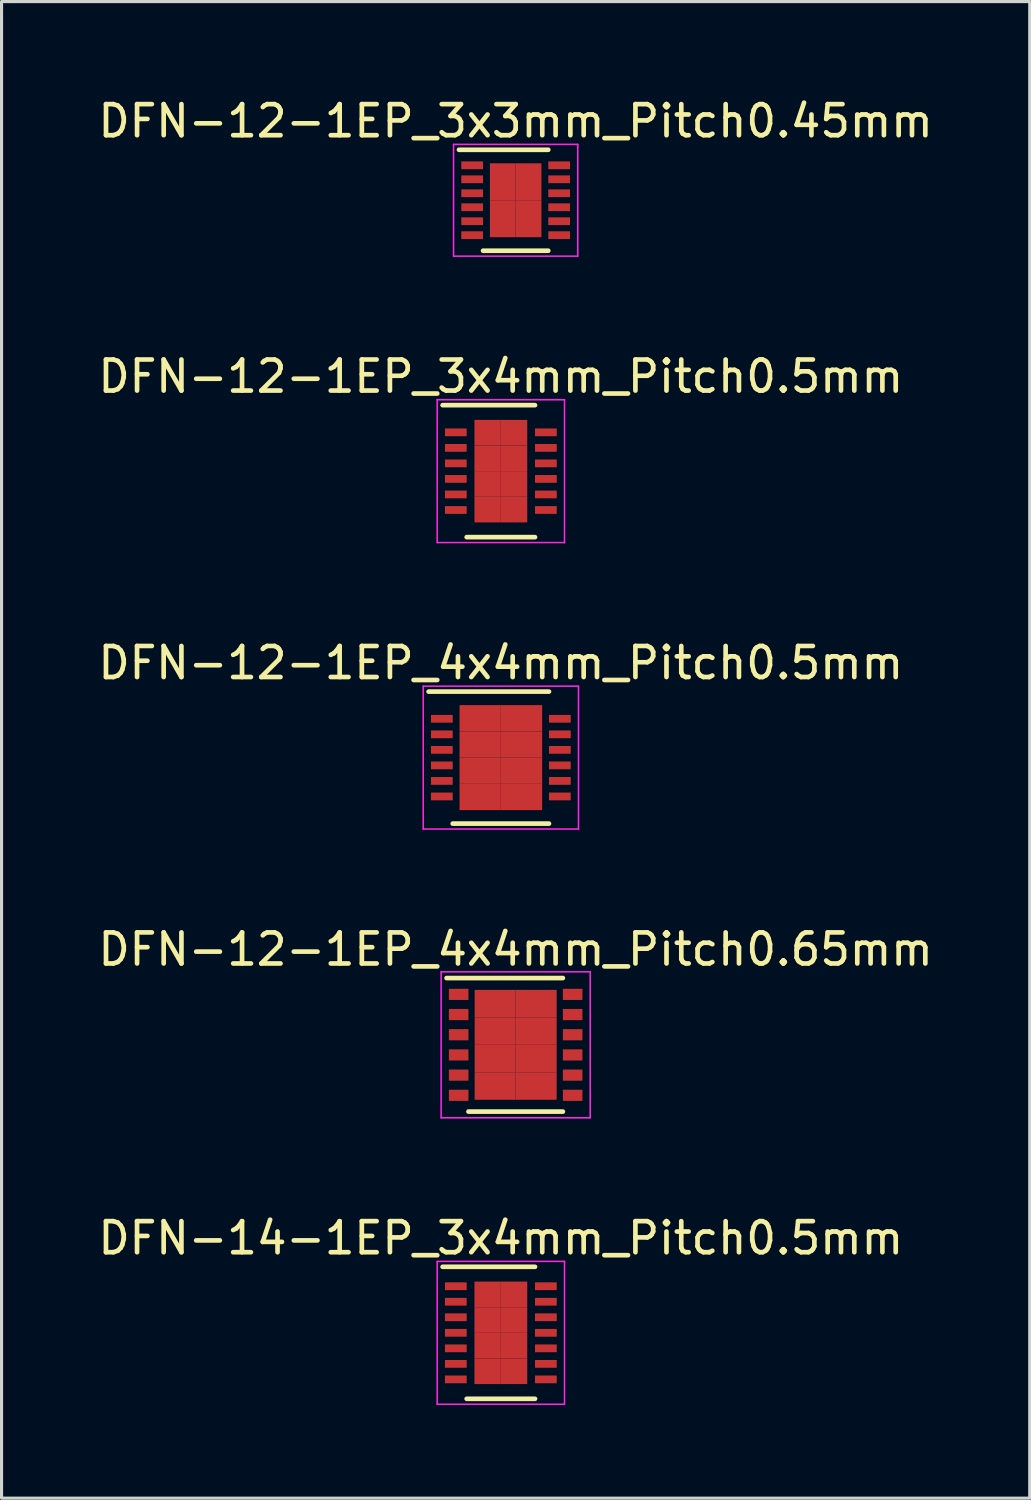
<source format=kicad_pcb>
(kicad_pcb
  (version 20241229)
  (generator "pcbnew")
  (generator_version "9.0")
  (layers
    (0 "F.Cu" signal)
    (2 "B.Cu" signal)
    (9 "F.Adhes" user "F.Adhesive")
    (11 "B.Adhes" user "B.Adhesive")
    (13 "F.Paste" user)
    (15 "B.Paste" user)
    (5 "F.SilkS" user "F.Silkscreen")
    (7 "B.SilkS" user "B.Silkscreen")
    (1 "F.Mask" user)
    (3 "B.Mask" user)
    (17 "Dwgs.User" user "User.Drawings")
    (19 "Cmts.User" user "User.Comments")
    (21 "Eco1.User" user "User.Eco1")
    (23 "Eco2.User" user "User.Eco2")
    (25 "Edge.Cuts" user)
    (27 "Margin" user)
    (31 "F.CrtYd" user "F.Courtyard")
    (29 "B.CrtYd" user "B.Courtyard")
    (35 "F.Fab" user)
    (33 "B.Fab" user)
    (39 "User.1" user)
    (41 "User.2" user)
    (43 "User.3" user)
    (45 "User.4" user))
  (footprint "DFN-12-1EP_3x3mm_Pitch0.45mm"
    (layer "F.Cu")
    (at 13.554 3.398)
    (property "Reference" "DFN-12-1EP_3x3mm_Pitch0.45mm" (at 0 -2.55 0) (layer "F.SilkS") (effects (font (size 1 1) (thickness 0.15))))
    (attr smd)
    (fp_line (start -1.825 -1.625) (end 1.05 -1.625) (stroke (width 0.15) (type solid)) (layer "F.SilkS"))
    (fp_line (start -1.05 1.625) (end 1.05 1.625) (stroke (width 0.15) (type solid)) (layer "F.SilkS"))
    (fp_line (start -2 -1.8) (end -2 1.8) (stroke (width 0.05) (type solid)) (layer "F.CrtYd"))
    (fp_line (start -2 -1.8) (end 2 -1.8) (stroke (width 0.05) (type solid)) (layer "F.CrtYd"))
    (fp_line (start -2 1.8) (end 2 1.8) (stroke (width 0.05) (type solid)) (layer "F.CrtYd"))
    (fp_line (start 2 -1.8) (end 2 1.8) (stroke (width 0.05) (type solid)) (layer "F.CrtYd"))
    (pad "1" smd rect (at -1.4 -1.125) (size 0.7 0.25) (layers "F.Cu" "F.Mask" "F.Paste"))
    (pad "2" smd rect (at -1.4 -0.675) (size 0.7 0.25) (layers "F.Cu" "F.Mask" "F.Paste"))
    (pad "3" smd rect (at -1.4 -0.225) (size 0.7 0.25) (layers "F.Cu" "F.Mask" "F.Paste"))
    (pad "4" smd rect (at -1.4 0.225) (size 0.7 0.25) (layers "F.Cu" "F.Mask" "F.Paste"))
    (pad "5" smd rect (at -1.4 0.675) (size 0.7 0.25) (layers "F.Cu" "F.Mask" "F.Paste"))
    (pad "6" smd rect (at -1.4 1.125) (size 0.7 0.25) (layers "F.Cu" "F.Mask" "F.Paste"))
    (pad "7" smd rect (at 1.4 1.125) (size 0.7 0.25) (layers "F.Cu" "F.Mask" "F.Paste"))
    (pad "8" smd rect (at 1.4 0.675) (size 0.7 0.25) (layers "F.Cu" "F.Mask" "F.Paste"))
    (pad "9" smd rect (at 1.4 0.225) (size 0.7 0.25) (layers "F.Cu" "F.Mask" "F.Paste"))
    (pad "10" smd rect (at 1.4 -0.225) (size 0.7 0.25) (layers "F.Cu" "F.Mask" "F.Paste"))
    (pad "11" smd rect (at 1.4 -0.675) (size 0.7 0.25) (layers "F.Cu" "F.Mask" "F.Paste"))
    (pad "12" smd rect (at 1.4 -1.125) (size 0.7 0.25) (layers "F.Cu" "F.Mask" "F.Paste"))
    (pad "13" smd rect (at -0.415 -0.595) (size 0.83 1.19) (layers "F.Cu" "F.Mask" "F.Paste"))
    (pad "13" smd rect (at -0.415 0.595) (size 0.83 1.19) (layers "F.Cu" "F.Mask" "F.Paste"))
    (pad "13" smd rect (at 0.415 -0.595) (size 0.83 1.19) (layers "F.Cu" "F.Mask" "F.Paste"))
    (pad "13" smd rect (at 0.415 0.595) (size 0.83 1.19) (layers "F.Cu" "F.Mask" "F.Paste")))
  (footprint "DFN-12-1EP_4x4mm_Pitch0.5mm"
    (layer "F.Cu")
    (at 13.077 21.345)
    (property "Reference" "DFN-12-1EP_4x4mm_Pitch0.5mm" (at 0 -3.05 0) (layer "F.SilkS") (effects (font (size 1 1) (thickness 0.15))))
    (attr smd)
    (fp_line (start -2.325 -2.125) (end 1.55 -2.125) (stroke (width 0.15) (type solid)) (layer "F.SilkS"))
    (fp_line (start -1.55 2.125) (end 1.55 2.125) (stroke (width 0.15) (type solid)) (layer "F.SilkS"))
    (fp_line (start -2.5 -2.3) (end -2.5 2.3) (stroke (width 0.05) (type solid)) (layer "F.CrtYd"))
    (fp_line (start -2.5 -2.3) (end 2.5 -2.3) (stroke (width 0.05) (type solid)) (layer "F.CrtYd"))
    (fp_line (start -2.5 2.3) (end 2.5 2.3) (stroke (width 0.05) (type solid)) (layer "F.CrtYd"))
    (fp_line (start 2.5 -2.3) (end 2.5 2.3) (stroke (width 0.05) (type solid)) (layer "F.CrtYd"))
    (pad "1" smd rect (at -1.9 -1.25) (size 0.7 0.25) (layers "F.Cu" "F.Mask" "F.Paste"))
    (pad "2" smd rect (at -1.9 -0.75) (size 0.7 0.25) (layers "F.Cu" "F.Mask" "F.Paste"))
    (pad "3" smd rect (at -1.9 -0.25) (size 0.7 0.25) (layers "F.Cu" "F.Mask" "F.Paste"))
    (pad "4" smd rect (at -1.9 0.25) (size 0.7 0.25) (layers "F.Cu" "F.Mask" "F.Paste"))
    (pad "5" smd rect (at -1.9 0.75) (size 0.7 0.25) (layers "F.Cu" "F.Mask" "F.Paste"))
    (pad "6" smd rect (at -1.9 1.25) (size 0.7 0.25) (layers "F.Cu" "F.Mask" "F.Paste"))
    (pad "7" smd rect (at 1.9 1.25) (size 0.7 0.25) (layers "F.Cu" "F.Mask" "F.Paste"))
    (pad "8" smd rect (at 1.9 0.75) (size 0.7 0.25) (layers "F.Cu" "F.Mask" "F.Paste"))
    (pad "9" smd rect (at 1.9 0.25) (size 0.7 0.25) (layers "F.Cu" "F.Mask" "F.Paste"))
    (pad "10" smd rect (at 1.9 -0.25) (size 0.7 0.25) (layers "F.Cu" "F.Mask" "F.Paste"))
    (pad "11" smd rect (at 1.9 -0.75) (size 0.7 0.25) (layers "F.Cu" "F.Mask" "F.Paste"))
    (pad "12" smd rect (at 1.9 -1.25) (size 0.7 0.25) (layers "F.Cu" "F.Mask" "F.Paste"))
    (pad "13" smd rect (at -0.665 -1.268) (size 1.33 0.845) (layers "F.Cu" "F.Mask" "F.Paste"))
    (pad "13" smd rect (at -0.665 -0.422) (size 1.33 0.845) (layers "F.Cu" "F.Mask" "F.Paste"))
    (pad "13" smd rect (at -0.665 0.422) (size 1.33 0.845) (layers "F.Cu" "F.Mask" "F.Paste"))
    (pad "13" smd rect (at -0.665 1.268) (size 1.33 0.845) (layers "F.Cu" "F.Mask" "F.Paste"))
    (pad "13" smd rect (at 0.665 -1.268) (size 1.33 0.845) (layers "F.Cu" "F.Mask" "F.Paste"))
    (pad "13" smd rect (at 0.665 -0.422) (size 1.33 0.845) (layers "F.Cu" "F.Mask" "F.Paste"))
    (pad "13" smd rect (at 0.665 0.422) (size 1.33 0.845) (layers "F.Cu" "F.Mask" "F.Paste"))
    (pad "13" smd rect (at 0.665 1.268) (size 1.33 0.845) (layers "F.Cu" "F.Mask" "F.Paste")))
  (footprint "DFN-12-1EP_3x4mm_Pitch0.5mm"
    (layer "F.Cu")
    (at 13.077 12.121)
    (property "Reference" "DFN-12-1EP_3x4mm_Pitch0.5mm" (at 0 -3.05 0) (layer "F.SilkS") (effects (font (size 1 1) (thickness 0.15))))
    (attr smd)
    (fp_line (start -1.875 -2.125) (end 1.1 -2.125) (stroke (width 0.15) (type solid)) (layer "F.SilkS"))
    (fp_line (start -1.1 2.125) (end 1.1 2.125) (stroke (width 0.15) (type solid)) (layer "F.SilkS"))
    (fp_line (start -2.05 -2.3) (end -2.05 2.3) (stroke (width 0.05) (type solid)) (layer "F.CrtYd"))
    (fp_line (start -2.05 -2.3) (end 2.05 -2.3) (stroke (width 0.05) (type solid)) (layer "F.CrtYd"))
    (fp_line (start -2.05 2.3) (end 2.05 2.3) (stroke (width 0.05) (type solid)) (layer "F.CrtYd"))
    (fp_line (start 2.05 -2.3) (end 2.05 2.3) (stroke (width 0.05) (type solid)) (layer "F.CrtYd"))
    (pad "1" smd rect (at -1.45 -1.25) (size 0.7 0.25) (layers "F.Cu" "F.Mask" "F.Paste"))
    (pad "2" smd rect (at -1.45 -0.75) (size 0.7 0.25) (layers "F.Cu" "F.Mask" "F.Paste"))
    (pad "3" smd rect (at -1.45 -0.25) (size 0.7 0.25) (layers "F.Cu" "F.Mask" "F.Paste"))
    (pad "4" smd rect (at -1.45 0.25) (size 0.7 0.25) (layers "F.Cu" "F.Mask" "F.Paste"))
    (pad "5" smd rect (at -1.45 0.75) (size 0.7 0.25) (layers "F.Cu" "F.Mask" "F.Paste"))
    (pad "6" smd rect (at -1.45 1.25) (size 0.7 0.25) (layers "F.Cu" "F.Mask" "F.Paste"))
    (pad "7" smd rect (at 1.45 1.25) (size 0.7 0.25) (layers "F.Cu" "F.Mask" "F.Paste"))
    (pad "8" smd rect (at 1.45 0.75) (size 0.7 0.25) (layers "F.Cu" "F.Mask" "F.Paste"))
    (pad "9" smd rect (at 1.45 0.25) (size 0.7 0.25) (layers "F.Cu" "F.Mask" "F.Paste"))
    (pad "10" smd rect (at 1.45 -0.25) (size 0.7 0.25) (layers "F.Cu" "F.Mask" "F.Paste"))
    (pad "11" smd rect (at 1.45 -0.75) (size 0.7 0.25) (layers "F.Cu" "F.Mask" "F.Paste"))
    (pad "12" smd rect (at 1.45 -1.25) (size 0.7 0.25) (layers "F.Cu" "F.Mask" "F.Paste"))
    (pad "13" smd rect (at -0.425 -1.238) (size 0.85 0.825) (layers "F.Cu" "F.Mask" "F.Paste"))
    (pad "13" smd rect (at -0.425 -0.412) (size 0.85 0.825) (layers "F.Cu" "F.Mask" "F.Paste"))
    (pad "13" smd rect (at -0.425 0.412) (size 0.85 0.825) (layers "F.Cu" "F.Mask" "F.Paste"))
    (pad "13" smd rect (at -0.425 1.238) (size 0.85 0.825) (layers "F.Cu" "F.Mask" "F.Paste"))
    (pad "13" smd rect (at 0.425 -1.238) (size 0.85 0.825) (layers "F.Cu" "F.Mask" "F.Paste"))
    (pad "13" smd rect (at 0.425 -0.412) (size 0.85 0.825) (layers "F.Cu" "F.Mask" "F.Paste"))
    (pad "13" smd rect (at 0.425 0.412) (size 0.85 0.825) (layers "F.Cu" "F.Mask" "F.Paste"))
    (pad "13" smd rect (at 0.425 1.238) (size 0.85 0.825) (layers "F.Cu" "F.Mask" "F.Paste")))
  (footprint "DFN-14-1EP_3x4mm_Pitch0.5mm"
    (layer "F.Cu")
    (at 13.077 39.866)
    (property "Reference" "DFN-14-1EP_3x4mm_Pitch0.5mm" (at 0 -3.05 0) (layer "F.SilkS") (effects (font (size 1 1) (thickness 0.15))))
    (attr smd)
    (fp_line (start -1.875 -2.125) (end 1.1 -2.125) (stroke (width 0.15) (type solid)) (layer "F.SilkS"))
    (fp_line (start -1.1 2.125) (end 1.1 2.125) (stroke (width 0.15) (type solid)) (layer "F.SilkS"))
    (fp_line (start -2.05 -2.3) (end -2.05 2.3) (stroke (width 0.05) (type solid)) (layer "F.CrtYd"))
    (fp_line (start -2.05 -2.3) (end 2.05 -2.3) (stroke (width 0.05) (type solid)) (layer "F.CrtYd"))
    (fp_line (start -2.05 2.3) (end 2.05 2.3) (stroke (width 0.05) (type solid)) (layer "F.CrtYd"))
    (fp_line (start 2.05 -2.3) (end 2.05 2.3) (stroke (width 0.05) (type solid)) (layer "F.CrtYd"))
    (pad "1" smd rect (at -1.45 -1.5) (size 0.7 0.25) (layers "F.Cu" "F.Mask" "F.Paste"))
    (pad "2" smd rect (at -1.45 -1) (size 0.7 0.25) (layers "F.Cu" "F.Mask" "F.Paste"))
    (pad "3" smd rect (at -1.45 -0.5) (size 0.7 0.25) (layers "F.Cu" "F.Mask" "F.Paste"))
    (pad "4" smd rect (at -1.45 0) (size 0.7 0.25) (layers "F.Cu" "F.Mask" "F.Paste"))
    (pad "5" smd rect (at -1.45 0.5) (size 0.7 0.25) (layers "F.Cu" "F.Mask" "F.Paste"))
    (pad "6" smd rect (at -1.45 1) (size 0.7 0.25) (layers "F.Cu" "F.Mask" "F.Paste"))
    (pad "7" smd rect (at -1.45 1.5) (size 0.7 0.25) (layers "F.Cu" "F.Mask" "F.Paste"))
    (pad "8" smd rect (at 1.45 1.5) (size 0.7 0.25) (layers "F.Cu" "F.Mask" "F.Paste"))
    (pad "9" smd rect (at 1.45 1) (size 0.7 0.25) (layers "F.Cu" "F.Mask" "F.Paste"))
    (pad "10" smd rect (at 1.45 0.5) (size 0.7 0.25) (layers "F.Cu" "F.Mask" "F.Paste"))
    (pad "11" smd rect (at 1.45 0) (size 0.7 0.25) (layers "F.Cu" "F.Mask" "F.Paste"))
    (pad "12" smd rect (at 1.45 -0.5) (size 0.7 0.25) (layers "F.Cu" "F.Mask" "F.Paste"))
    (pad "13" smd rect (at 1.45 -1) (size 0.7 0.25) (layers "F.Cu" "F.Mask" "F.Paste"))
    (pad "14" smd rect (at 1.45 -1.5) (size 0.7 0.25) (layers "F.Cu" "F.Mask" "F.Paste"))
    (pad "15" smd rect (at -0.425 -1.238) (size 0.85 0.825) (layers "F.Cu" "F.Mask" "F.Paste"))
    (pad "15" smd rect (at -0.425 -0.412) (size 0.85 0.825) (layers "F.Cu" "F.Mask" "F.Paste"))
    (pad "15" smd rect (at -0.425 0.412) (size 0.85 0.825) (layers "F.Cu" "F.Mask" "F.Paste"))
    (pad "15" smd rect (at -0.425 1.238) (size 0.85 0.825) (layers "F.Cu" "F.Mask" "F.Paste"))
    (pad "15" smd rect (at 0.425 -1.238) (size 0.85 0.825) (layers "F.Cu" "F.Mask" "F.Paste"))
    (pad "15" smd rect (at 0.425 -0.412) (size 0.85 0.825) (layers "F.Cu" "F.Mask" "F.Paste"))
    (pad "15" smd rect (at 0.425 0.412) (size 0.85 0.825) (layers "F.Cu" "F.Mask" "F.Paste"))
    (pad "15" smd rect (at 0.425 1.238) (size 0.85 0.825) (layers "F.Cu" "F.Mask" "F.Paste")))
  (footprint "DFN-12-1EP_4x4mm_Pitch0.65mm"
    (layer "F.Cu")
    (at 13.554 30.593)
    (property "Reference" "DFN-12-1EP_4x4mm_Pitch0.65mm" (at 0 -3.075 0) (layer "F.SilkS") (effects (font (size 1 1) (thickness 0.15))))
    (attr smd)
    (fp_line (start -2.225 -2.15) (end 1.52 -2.15) (stroke (width 0.15) (type solid)) (layer "F.SilkS"))
    (fp_line (start -1.52 2.15) (end 1.52 2.15) (stroke (width 0.15) (type solid)) (layer "F.SilkS"))
    (fp_line (start -2.4 -2.35) (end -2.4 2.35) (stroke (width 0.05) (type solid)) (layer "F.CrtYd"))
    (fp_line (start -2.4 -2.35) (end 2.4 -2.35) (stroke (width 0.05) (type solid)) (layer "F.CrtYd"))
    (fp_line (start -2.4 2.35) (end 2.4 2.35) (stroke (width 0.05) (type solid)) (layer "F.CrtYd"))
    (fp_line (start 2.4 -2.35) (end 2.4 2.35) (stroke (width 0.05) (type solid)) (layer "F.CrtYd"))
    (pad "1" smd rect (at -1.835 -1.625) (size 0.63 0.36) (layers "F.Cu" "F.Mask" "F.Paste"))
    (pad "2" smd rect (at -1.835 -0.975) (size 0.63 0.36) (layers "F.Cu" "F.Mask" "F.Paste"))
    (pad "3" smd rect (at -1.835 -0.325) (size 0.63 0.36) (layers "F.Cu" "F.Mask" "F.Paste"))
    (pad "4" smd rect (at -1.835 0.325) (size 0.63 0.36) (layers "F.Cu" "F.Mask" "F.Paste"))
    (pad "5" smd rect (at -1.835 0.975) (size 0.63 0.36) (layers "F.Cu" "F.Mask" "F.Paste"))
    (pad "6" smd rect (at -1.835 1.625) (size 0.63 0.36) (layers "F.Cu" "F.Mask" "F.Paste"))
    (pad "7" smd rect (at 1.835 1.625) (size 0.63 0.36) (layers "F.Cu" "F.Mask" "F.Paste"))
    (pad "8" smd rect (at 1.835 0.975) (size 0.63 0.36) (layers "F.Cu" "F.Mask" "F.Paste"))
    (pad "9" smd rect (at 1.835 0.325) (size 0.63 0.36) (layers "F.Cu" "F.Mask" "F.Paste"))
    (pad "10" smd rect (at 1.835 -0.325) (size 0.63 0.36) (layers "F.Cu" "F.Mask" "F.Paste"))
    (pad "11" smd rect (at 1.835 -0.975) (size 0.63 0.36) (layers "F.Cu" "F.Mask" "F.Paste"))
    (pad "12" smd rect (at 1.835 -1.625) (size 0.63 0.36) (layers "F.Cu" "F.Mask" "F.Paste"))
    (pad "13" smd rect (at -0.66 -1.327) (size 1.32 0.885) (layers "F.Cu" "F.Mask" "F.Paste"))
    (pad "13" smd rect (at -0.66 -0.443) (size 1.32 0.885) (layers "F.Cu" "F.Mask" "F.Paste"))
    (pad "13" smd rect (at -0.66 0.443) (size 1.32 0.885) (layers "F.Cu" "F.Mask" "F.Paste"))
    (pad "13" smd rect (at -0.66 1.327) (size 1.32 0.885) (layers "F.Cu" "F.Mask" "F.Paste"))
    (pad "13" smd rect (at 0.66 -1.327) (size 1.32 0.885) (layers "F.Cu" "F.Mask" "F.Paste"))
    (pad "13" smd rect (at 0.66 -0.443) (size 1.32 0.885) (layers "F.Cu" "F.Mask" "F.Paste"))
    (pad "13" smd rect (at 0.66 0.443) (size 1.32 0.885) (layers "F.Cu" "F.Mask" "F.Paste"))
    (pad "13" smd rect (at 0.66 1.327) (size 1.32 0.885) (layers "F.Cu" "F.Mask" "F.Paste")))
  (gr_rect
    (start -3 -3)
    (end 30.107 45.191)
    (stroke (width 0.1) (type default))
    (fill no)
    (layer "Edge.Cuts")))
</source>
